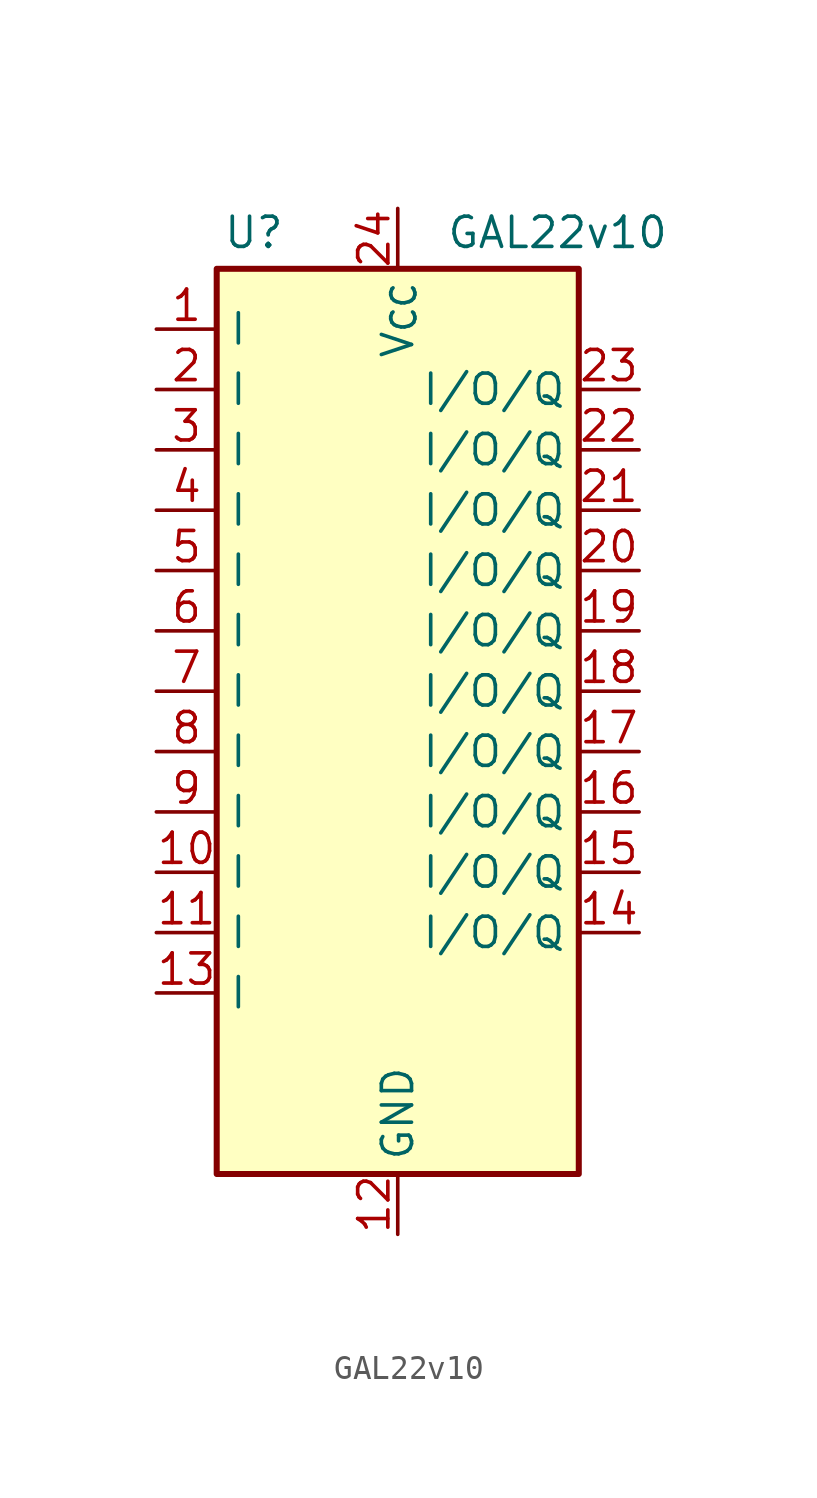
<source format=kicad_sym>
(kicad_symbol_lib
  (version 20241209)
  (generator "kicad_symbol_editor")
  (generator_version "9.0")
  (symbol "GAL22v10"
    (property "Reference" "U"
      (at -7.366 21.844 0)
      (effects (font (size 1.27 1.27)) (justify left)))
    (property "Value" "GAL22v10"
      (at 2.032 21.844 0)
      (effects (font (size 1.27 1.27)) (justify left)))
    (symbol "GAL22v10_0_0"
      (pin power_in line (at 0 -20.32 90) (length 2.54) (name "GND" (effects (font (size 1.27 1.27)))) (number "12" (effects (font (size 1.27 1.27))))))
    (symbol "GAL22v10_0_1"
      (rectangle (start -7.62 20.32) (end 7.62 -17.78) (stroke (width 0.254) (type default)) (fill (type background))))
    (symbol "GAL22v10_1_0"
      (pin power_in line (at 0 22.86 270) (length 2.54) (name "V_{CC}" (effects (font (size 1.27 1.27)))) (number "24" (effects (font (size 1.27 1.27))))))
    (symbol "GAL22v10_1_1"
      (pin input line (at -10.16 17.78 0) (length 2.54) (name "I" (effects (font (size 1.27 1.27)))) (number "1" (effects (font (size 1.27 1.27)))))
      (pin input line (at -10.16 15.24 0) (length 2.54) (name "I" (effects (font (size 1.27 1.27)))) (number "2" (effects (font (size 1.27 1.27)))))
      (pin input line (at -10.16 12.7 0) (length 2.54) (name "I" (effects (font (size 1.27 1.27)))) (number "3" (effects (font (size 1.27 1.27)))))
      (pin input line (at -10.16 10.16 0) (length 2.54) (name "I" (effects (font (size 1.27 1.27)))) (number "4" (effects (font (size 1.27 1.27)))))
      (pin input line (at -10.16 7.62 0) (length 2.54) (name "I" (effects (font (size 1.27 1.27)))) (number "5" (effects (font (size 1.27 1.27)))))
      (pin input line (at -10.16 5.08 0) (length 2.54) (name "I" (effects (font (size 1.27 1.27)))) (number "6" (effects (font (size 1.27 1.27)))))
      (pin input line (at -10.16 2.54 0) (length 2.54) (name "I" (effects (font (size 1.27 1.27)))) (number "7" (effects (font (size 1.27 1.27)))))
      (pin input line (at -10.16 0 0) (length 2.54) (name "I" (effects (font (size 1.27 1.27)))) (number "8" (effects (font (size 1.27 1.27)))))
      (pin input line (at -10.16 -2.54 0) (length 2.54) (name "I" (effects (font (size 1.27 1.27)))) (number "9" (effects (font (size 1.27 1.27)))))
      (pin input line (at -10.16 -5.08 0) (length 2.54) (name "I" (effects (font (size 1.27 1.27)))) (number "10" (effects (font (size 1.27 1.27)))))
      (pin input line (at -10.16 -7.62 0) (length 2.54) (name "I" (effects (font (size 1.27 1.27)))) (number "11" (effects (font (size 1.27 1.27)))))
      (pin input line (at -10.16 -10.16 0) (length 2.54) (name "I" (effects (font (size 1.27 1.27)))) (number "13" (effects (font (size 1.27 1.27)))))
      (pin bidirectional line (at 10.16 15.24 180) (length 2.54) (name "I/O/Q" (effects (font (size 1.27 1.27)))) (number "23" (effects (font (size 1.27 1.27)))))
      (pin bidirectional line (at 10.16 12.7 180) (length 2.54) (name "I/O/Q" (effects (font (size 1.27 1.27)))) (number "22" (effects (font (size 1.27 1.27)))))
      (pin bidirectional line (at 10.16 10.16 180) (length 2.54) (name "I/O/Q" (effects (font (size 1.27 1.27)))) (number "21" (effects (font (size 1.27 1.27)))))
      (pin bidirectional line (at 10.16 7.62 180) (length 2.54) (name "I/O/Q" (effects (font (size 1.27 1.27)))) (number "20" (effects (font (size 1.27 1.27)))))
      (pin bidirectional line (at 10.16 5.08 180) (length 2.54) (name "I/O/Q" (effects (font (size 1.27 1.27)))) (number "19" (effects (font (size 1.27 1.27)))))
      (pin bidirectional line (at 10.16 2.54 180) (length 2.54) (name "I/O/Q" (effects (font (size 1.27 1.27)))) (number "18" (effects (font (size 1.27 1.27)))))
      (pin bidirectional line (at 10.16 0 180) (length 2.54) (name "I/O/Q" (effects (font (size 1.27 1.27)))) (number "17" (effects (font (size 1.27 1.27)))))
      (pin bidirectional line (at 10.16 -2.54 180) (length 2.54) (name "I/O/Q" (effects (font (size 1.27 1.27)))) (number "16" (effects (font (size 1.27 1.27)))))
      (pin bidirectional line (at 10.16 -5.08 180) (length 2.54) (name "I/O/Q" (effects (font (size 1.27 1.27)))) (number "15" (effects (font (size 1.27 1.27)))))
      (pin bidirectional line (at 10.16 -7.62 180) (length 2.54) (name "I/O/Q" (effects (font (size 1.27 1.27)))) (number "14" (effects (font (size 1.27 1.27))))))))
</source>
